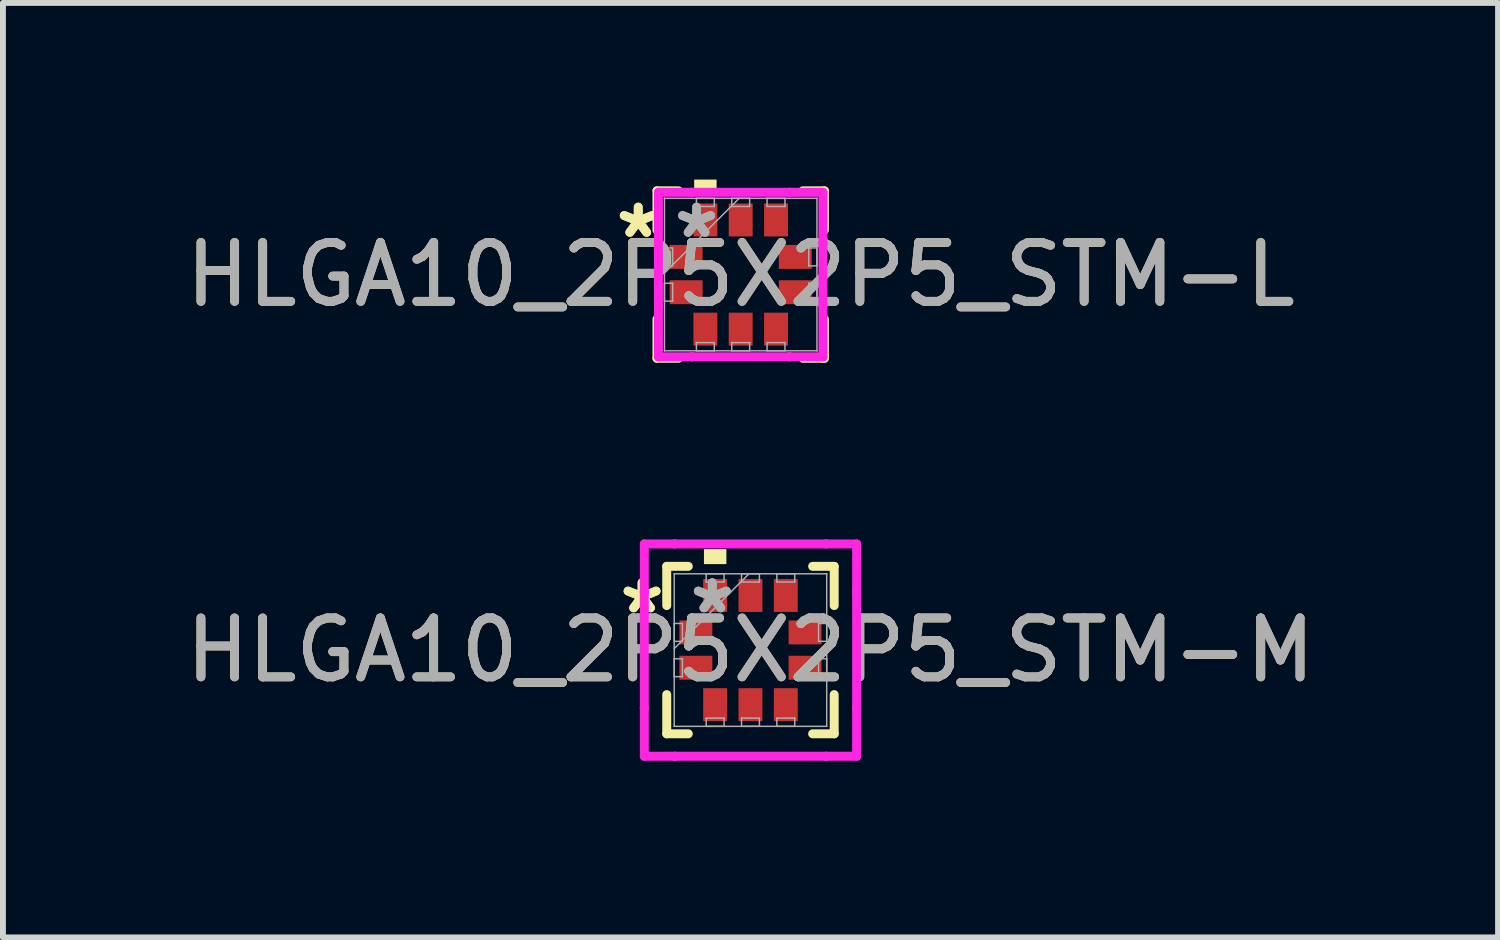
<source format=kicad_pcb>
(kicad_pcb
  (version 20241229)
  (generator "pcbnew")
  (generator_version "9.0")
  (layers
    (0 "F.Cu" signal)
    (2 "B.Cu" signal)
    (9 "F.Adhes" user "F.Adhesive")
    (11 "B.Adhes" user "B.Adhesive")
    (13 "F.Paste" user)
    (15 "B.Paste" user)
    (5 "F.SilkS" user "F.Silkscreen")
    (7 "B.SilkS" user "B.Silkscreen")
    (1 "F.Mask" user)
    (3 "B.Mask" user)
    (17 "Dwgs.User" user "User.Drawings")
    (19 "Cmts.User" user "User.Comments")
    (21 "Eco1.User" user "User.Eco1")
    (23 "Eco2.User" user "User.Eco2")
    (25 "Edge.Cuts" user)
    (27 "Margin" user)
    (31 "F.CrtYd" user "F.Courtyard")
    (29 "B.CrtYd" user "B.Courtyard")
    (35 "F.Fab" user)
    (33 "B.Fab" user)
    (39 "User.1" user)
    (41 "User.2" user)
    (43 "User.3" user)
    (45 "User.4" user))
  (footprint "HLGA10_2P5X2P5_STM-L"
    (layer "F.Cu")
    (at 9.53 1.613)
    (property "Reference" "HLGA10_2P5X2P5_STM-L" (at 0 0 0) (unlocked yes) (layer "F.SilkS") (effects (font (size 1 1) (thickness 0.15))))
    (attr smd)
    (fp_line (start -1.422 -1.422) (end -1.422 -0.756) (stroke (width 0.152) (type solid)) (layer "F.SilkS"))
    (fp_line (start -1.422 0.756) (end -1.422 1.422) (stroke (width 0.152) (type solid)) (layer "F.SilkS"))
    (fp_line (start -1.422 1.422) (end -1.056 1.422) (stroke (width 0.152) (type solid)) (layer "F.SilkS"))
    (fp_line (start -1.056 -1.422) (end -1.422 -1.422) (stroke (width 0.152) (type solid)) (layer "F.SilkS"))
    (fp_line (start 1.056 1.422) (end 1.422 1.422) (stroke (width 0.152) (type solid)) (layer "F.SilkS"))
    (fp_line (start 1.422 -1.422) (end 1.056 -1.422) (stroke (width 0.152) (type solid)) (layer "F.SilkS"))
    (fp_line (start 1.422 -0.756) (end 1.422 -1.422) (stroke (width 0.152) (type solid)) (layer "F.SilkS"))
    (fp_line (start 1.422 1.422) (end 1.422 0.756) (stroke (width 0.152) (type solid)) (layer "F.SilkS"))
    (fp_poly (pts (xy -0.79 -1.359) (xy -0.79 -1.613) (xy -0.409 -1.613) (xy -0.409 -1.359)) (stroke (width 0) (type solid)) (fill yes) (layer "F.SilkS"))
    (fp_line (start -1.397 -1.397) (end -0.829 -1.397) (stroke (width 0.152) (type solid)) (layer "F.CrtYd"))
    (fp_line (start -1.397 -0.529) (end -1.397 -1.397) (stroke (width 0.152) (type solid)) (layer "F.CrtYd"))
    (fp_line (start -1.397 -0.529) (end -1.397 -0.529) (stroke (width 0.152) (type solid)) (layer "F.CrtYd"))
    (fp_line (start -1.397 0.529) (end -1.397 -0.529) (stroke (width 0.152) (type solid)) (layer "F.CrtYd"))
    (fp_line (start -1.397 0.529) (end -1.397 0.529) (stroke (width 0.152) (type solid)) (layer "F.CrtYd"))
    (fp_line (start -1.397 1.397) (end -1.397 0.529) (stroke (width 0.152) (type solid)) (layer "F.CrtYd"))
    (fp_line (start -0.829 -1.397) (end -0.829 -1.397) (stroke (width 0.152) (type solid)) (layer "F.CrtYd"))
    (fp_line (start -0.829 -1.397) (end 0.829 -1.397) (stroke (width 0.152) (type solid)) (layer "F.CrtYd"))
    (fp_line (start -0.829 1.397) (end -1.397 1.397) (stroke (width 0.152) (type solid)) (layer "F.CrtYd"))
    (fp_line (start -0.829 1.397) (end -0.829 1.397) (stroke (width 0.152) (type solid)) (layer "F.CrtYd"))
    (fp_line (start 0.829 -1.397) (end 0.829 -1.397) (stroke (width 0.152) (type solid)) (layer "F.CrtYd"))
    (fp_line (start 0.829 -1.397) (end 1.397 -1.397) (stroke (width 0.152) (type solid)) (layer "F.CrtYd"))
    (fp_line (start 0.829 1.397) (end -0.829 1.397) (stroke (width 0.152) (type solid)) (layer "F.CrtYd"))
    (fp_line (start 0.829 1.397) (end 0.829 1.397) (stroke (width 0.152) (type solid)) (layer "F.CrtYd"))
    (fp_line (start 1.397 -1.397) (end 1.397 -0.529) (stroke (width 0.152) (type solid)) (layer "F.CrtYd"))
    (fp_line (start 1.397 -0.529) (end 1.397 -0.529) (stroke (width 0.152) (type solid)) (layer "F.CrtYd"))
    (fp_line (start 1.397 -0.529) (end 1.397 0.529) (stroke (width 0.152) (type solid)) (layer "F.CrtYd"))
    (fp_line (start 1.397 0.529) (end 1.397 0.529) (stroke (width 0.152) (type solid)) (layer "F.CrtYd"))
    (fp_line (start 1.397 0.529) (end 1.397 1.397) (stroke (width 0.152) (type solid)) (layer "F.CrtYd"))
    (fp_line (start 1.397 1.397) (end 0.829 1.397) (stroke (width 0.152) (type solid)) (layer "F.CrtYd"))
    (fp_line (start -1.295 -1.295) (end -1.295 -1.295) (stroke (width 0.025) (type solid)) (layer "F.Fab"))
    (fp_line (start -1.295 -1.295) (end -1.295 1.295) (stroke (width 0.025) (type solid)) (layer "F.Fab"))
    (fp_line (start -1.295 -0.452) (end -1.156 -0.452) (stroke (width 0.025) (type solid)) (layer "F.Fab"))
    (fp_line (start -1.295 -0.148) (end -1.295 -0.452) (stroke (width 0.025) (type solid)) (layer "F.Fab"))
    (fp_line (start -1.295 -0.025) (end -0.025 -1.295) (stroke (width 0.025) (type solid)) (layer "F.Fab"))
    (fp_line (start -1.295 0.148) (end -1.156 0.148) (stroke (width 0.025) (type solid)) (layer "F.Fab"))
    (fp_line (start -1.295 0.452) (end -1.295 0.148) (stroke (width 0.025) (type solid)) (layer "F.Fab"))
    (fp_line (start -1.295 1.295) (end -1.295 1.295) (stroke (width 0.025) (type solid)) (layer "F.Fab"))
    (fp_line (start -1.295 1.295) (end 1.295 1.295) (stroke (width 0.025) (type solid)) (layer "F.Fab"))
    (fp_line (start -1.156 -0.452) (end -1.156 -0.148) (stroke (width 0.025) (type solid)) (layer "F.Fab"))
    (fp_line (start -1.156 -0.148) (end -1.295 -0.148) (stroke (width 0.025) (type solid)) (layer "F.Fab"))
    (fp_line (start -1.156 0.148) (end -1.156 0.452) (stroke (width 0.025) (type solid)) (layer "F.Fab"))
    (fp_line (start -1.156 0.452) (end -1.295 0.452) (stroke (width 0.025) (type solid)) (layer "F.Fab"))
    (fp_line (start -0.752 -1.295) (end -0.448 -1.295) (stroke (width 0.025) (type solid)) (layer "F.Fab"))
    (fp_line (start -0.752 -1.156) (end -0.752 -1.295) (stroke (width 0.025) (type solid)) (layer "F.Fab"))
    (fp_line (start -0.752 1.156) (end -0.448 1.156) (stroke (width 0.025) (type solid)) (layer "F.Fab"))
    (fp_line (start -0.752 1.295) (end -0.752 1.156) (stroke (width 0.025) (type solid)) (layer "F.Fab"))
    (fp_line (start -0.448 -1.295) (end -0.448 -1.156) (stroke (width 0.025) (type solid)) (layer "F.Fab"))
    (fp_line (start -0.448 -1.156) (end -0.752 -1.156) (stroke (width 0.025) (type solid)) (layer "F.Fab"))
    (fp_line (start -0.448 1.156) (end -0.448 1.295) (stroke (width 0.025) (type solid)) (layer "F.Fab"))
    (fp_line (start -0.448 1.295) (end -0.752 1.295) (stroke (width 0.025) (type solid)) (layer "F.Fab"))
    (fp_line (start -0.152 -1.295) (end 0.152 -1.295) (stroke (width 0.025) (type solid)) (layer "F.Fab"))
    (fp_line (start -0.152 -1.156) (end -0.152 -1.295) (stroke (width 0.025) (type solid)) (layer "F.Fab"))
    (fp_line (start -0.152 1.156) (end 0.152 1.156) (stroke (width 0.025) (type solid)) (layer "F.Fab"))
    (fp_line (start -0.152 1.295) (end -0.152 1.156) (stroke (width 0.025) (type solid)) (layer "F.Fab"))
    (fp_line (start 0.152 -1.295) (end 0.152 -1.156) (stroke (width 0.025) (type solid)) (layer "F.Fab"))
    (fp_line (start 0.152 -1.156) (end -0.152 -1.156) (stroke (width 0.025) (type solid)) (layer "F.Fab"))
    (fp_line (start 0.152 1.156) (end 0.152 1.295) (stroke (width 0.025) (type solid)) (layer "F.Fab"))
    (fp_line (start 0.152 1.295) (end -0.152 1.295) (stroke (width 0.025) (type solid)) (layer "F.Fab"))
    (fp_line (start 0.448 -1.295) (end 0.752 -1.295) (stroke (width 0.025) (type solid)) (layer "F.Fab"))
    (fp_line (start 0.448 -1.156) (end 0.448 -1.295) (stroke (width 0.025) (type solid)) (layer "F.Fab"))
    (fp_line (start 0.448 1.156) (end 0.752 1.156) (stroke (width 0.025) (type solid)) (layer "F.Fab"))
    (fp_line (start 0.448 1.295) (end 0.448 1.156) (stroke (width 0.025) (type solid)) (layer "F.Fab"))
    (fp_line (start 0.752 -1.295) (end 0.752 -1.156) (stroke (width 0.025) (type solid)) (layer "F.Fab"))
    (fp_line (start 0.752 -1.156) (end 0.448 -1.156) (stroke (width 0.025) (type solid)) (layer "F.Fab"))
    (fp_line (start 0.752 1.156) (end 0.752 1.295) (stroke (width 0.025) (type solid)) (layer "F.Fab"))
    (fp_line (start 0.752 1.295) (end 0.448 1.295) (stroke (width 0.025) (type solid)) (layer "F.Fab"))
    (fp_line (start 1.156 -0.452) (end 1.295 -0.452) (stroke (width 0.025) (type solid)) (layer "F.Fab"))
    (fp_line (start 1.156 -0.148) (end 1.156 -0.452) (stroke (width 0.025) (type solid)) (layer "F.Fab"))
    (fp_line (start 1.156 0.148) (end 1.295 0.148) (stroke (width 0.025) (type solid)) (layer "F.Fab"))
    (fp_line (start 1.156 0.452) (end 1.156 0.148) (stroke (width 0.025) (type solid)) (layer "F.Fab"))
    (fp_line (start 1.295 -1.295) (end -1.295 -1.295) (stroke (width 0.025) (type solid)) (layer "F.Fab"))
    (fp_line (start 1.295 -1.295) (end 1.295 -1.295) (stroke (width 0.025) (type solid)) (layer "F.Fab"))
    (fp_line (start 1.295 -0.452) (end 1.295 -0.148) (stroke (width 0.025) (type solid)) (layer "F.Fab"))
    (fp_line (start 1.295 -0.148) (end 1.156 -0.148) (stroke (width 0.025) (type solid)) (layer "F.Fab"))
    (fp_line (start 1.295 0.148) (end 1.295 0.452) (stroke (width 0.025) (type solid)) (layer "F.Fab"))
    (fp_line (start 1.295 0.452) (end 1.156 0.452) (stroke (width 0.025) (type solid)) (layer "F.Fab"))
    (fp_line (start 1.295 1.295) (end 1.295 -1.295) (stroke (width 0.025) (type solid)) (layer "F.Fab"))
    (fp_line (start 1.295 1.295) (end 1.295 1.295) (stroke (width 0.025) (type solid)) (layer "F.Fab"))
    (fp_text user "*" (at -1.74 -0.6 0) (unlocked yes) (layer "F.SilkS") (effects (font (size 1 1) (thickness 0.15))))
    (fp_text user "*" (at -1.74 -0.6 0) (layer "F.SilkS") (effects (font (size 1 1) (thickness 0.15))))
    (fp_text user "*" (at -0.749 -0.6 0) (unlocked yes) (layer "F.Fab") (effects (font (size 1 1) (thickness 0.15))))
    (fp_text user "*" (at -0.749 -0.6 0) (layer "F.Fab") (effects (font (size 1 1) (thickness 0.15))))
    (fp_text user "${REFERENCE}" (at 0 0 0) (unlocked yes) (layer "F.Fab") (effects (font (size 1 1) (thickness 0.15))))
    (pad "1" smd rect (at -0.927 -0.3 90) (size 0.406 0.559) (layers "F.Cu" "F.Mask" "F.Paste"))
    (pad "2" smd rect (at -0.927 0.3 90) (size 0.406 0.559) (layers "F.Cu" "F.Mask" "F.Paste"))
    (pad "3" smd rect (at -0.6 0.927) (size 0.406 0.559) (layers "F.Cu" "F.Mask" "F.Paste"))
    (pad "4" smd rect (at 0 0.927) (size 0.406 0.559) (layers "F.Cu" "F.Mask" "F.Paste"))
    (pad "5" smd rect (at 0.6 0.927) (size 0.406 0.559) (layers "F.Cu" "F.Mask" "F.Paste"))
    (pad "6" smd rect (at 0.927 0.3 90) (size 0.406 0.559) (layers "F.Cu" "F.Mask" "F.Paste"))
    (pad "7" smd rect (at 0.927 -0.3 90) (size 0.406 0.559) (layers "F.Cu" "F.Mask" "F.Paste"))
    (pad "8" smd rect (at 0.6 -0.927) (size 0.406 0.559) (layers "F.Cu" "F.Mask" "F.Paste"))
    (pad "9" smd rect (at 0 -0.927) (size 0.406 0.559) (layers "F.Cu" "F.Mask" "F.Paste"))
    (pad "10" smd rect (at -0.6 -0.927) (size 0.406 0.559) (layers "F.Cu" "F.Mask" "F.Paste")))
  (footprint "HLGA10_2P5X2P5_STM-M"
    (layer "F.Cu")
    (at 9.696 7.991)
    (property "Reference" "HLGA10_2P5X2P5_STM-M" (at 0 0 0) (unlocked yes) (layer "F.SilkS") (effects (font (size 1 1) (thickness 0.15))))
    (attr smd)
    (fp_line (start -1.422 -1.422) (end -1.422 -0.756) (stroke (width 0.152) (type solid)) (layer "F.SilkS"))
    (fp_line (start -1.422 0.756) (end -1.422 1.422) (stroke (width 0.152) (type solid)) (layer "F.SilkS"))
    (fp_line (start -1.422 1.422) (end -1.056 1.422) (stroke (width 0.152) (type solid)) (layer "F.SilkS"))
    (fp_line (start -1.056 -1.422) (end -1.422 -1.422) (stroke (width 0.152) (type solid)) (layer "F.SilkS"))
    (fp_line (start 1.056 1.422) (end 1.422 1.422) (stroke (width 0.152) (type solid)) (layer "F.SilkS"))
    (fp_line (start 1.422 -1.422) (end 1.056 -1.422) (stroke (width 0.152) (type solid)) (layer "F.SilkS"))
    (fp_line (start 1.422 -0.756) (end 1.422 -1.422) (stroke (width 0.152) (type solid)) (layer "F.SilkS"))
    (fp_line (start 1.422 1.422) (end 1.422 0.756) (stroke (width 0.152) (type solid)) (layer "F.SilkS"))
    (fp_poly (pts (xy -0.79 -1.46) (xy -0.79 -1.714) (xy -0.409 -1.714) (xy -0.409 -1.46)) (stroke (width 0) (type solid)) (fill yes) (layer "F.SilkS"))
    (fp_line (start -1.803 -1.803) (end -1.286 -1.803) (stroke (width 0.152) (type solid)) (layer "F.CrtYd"))
    (fp_line (start -1.803 -0.986) (end -1.803 -1.803) (stroke (width 0.152) (type solid)) (layer "F.CrtYd"))
    (fp_line (start -1.803 -0.986) (end -1.803 -0.986) (stroke (width 0.152) (type solid)) (layer "F.CrtYd"))
    (fp_line (start -1.803 0.986) (end -1.803 -0.986) (stroke (width 0.152) (type solid)) (layer "F.CrtYd"))
    (fp_line (start -1.803 0.986) (end -1.803 0.986) (stroke (width 0.152) (type solid)) (layer "F.CrtYd"))
    (fp_line (start -1.803 1.803) (end -1.803 0.986) (stroke (width 0.152) (type solid)) (layer "F.CrtYd"))
    (fp_line (start -1.286 -1.803) (end -1.286 -1.803) (stroke (width 0.152) (type solid)) (layer "F.CrtYd"))
    (fp_line (start -1.286 -1.803) (end 1.286 -1.803) (stroke (width 0.152) (type solid)) (layer "F.CrtYd"))
    (fp_line (start -1.286 1.803) (end -1.803 1.803) (stroke (width 0.152) (type solid)) (layer "F.CrtYd"))
    (fp_line (start -1.286 1.803) (end -1.286 1.803) (stroke (width 0.152) (type solid)) (layer "F.CrtYd"))
    (fp_line (start 1.286 -1.803) (end 1.286 -1.803) (stroke (width 0.152) (type solid)) (layer "F.CrtYd"))
    (fp_line (start 1.286 -1.803) (end 1.803 -1.803) (stroke (width 0.152) (type solid)) (layer "F.CrtYd"))
    (fp_line (start 1.286 1.803) (end -1.286 1.803) (stroke (width 0.152) (type solid)) (layer "F.CrtYd"))
    (fp_line (start 1.286 1.803) (end 1.286 1.803) (stroke (width 0.152) (type solid)) (layer "F.CrtYd"))
    (fp_line (start 1.803 -1.803) (end 1.803 -0.986) (stroke (width 0.152) (type solid)) (layer "F.CrtYd"))
    (fp_line (start 1.803 -0.986) (end 1.803 -0.986) (stroke (width 0.152) (type solid)) (layer "F.CrtYd"))
    (fp_line (start 1.803 -0.986) (end 1.803 0.986) (stroke (width 0.152) (type solid)) (layer "F.CrtYd"))
    (fp_line (start 1.803 0.986) (end 1.803 0.986) (stroke (width 0.152) (type solid)) (layer "F.CrtYd"))
    (fp_line (start 1.803 0.986) (end 1.803 1.803) (stroke (width 0.152) (type solid)) (layer "F.CrtYd"))
    (fp_line (start 1.803 1.803) (end 1.286 1.803) (stroke (width 0.152) (type solid)) (layer "F.CrtYd"))
    (fp_line (start -1.295 -1.295) (end -1.295 -1.295) (stroke (width 0.025) (type solid)) (layer "F.Fab"))
    (fp_line (start -1.295 -1.295) (end -1.295 1.295) (stroke (width 0.025) (type solid)) (layer "F.Fab"))
    (fp_line (start -1.295 -0.452) (end -1.156 -0.452) (stroke (width 0.025) (type solid)) (layer "F.Fab"))
    (fp_line (start -1.295 -0.148) (end -1.295 -0.452) (stroke (width 0.025) (type solid)) (layer "F.Fab"))
    (fp_line (start -1.295 -0.025) (end -0.025 -1.295) (stroke (width 0.025) (type solid)) (layer "F.Fab"))
    (fp_line (start -1.295 0.148) (end -1.156 0.148) (stroke (width 0.025) (type solid)) (layer "F.Fab"))
    (fp_line (start -1.295 0.452) (end -1.295 0.148) (stroke (width 0.025) (type solid)) (layer "F.Fab"))
    (fp_line (start -1.295 1.295) (end -1.295 1.295) (stroke (width 0.025) (type solid)) (layer "F.Fab"))
    (fp_line (start -1.295 1.295) (end 1.295 1.295) (stroke (width 0.025) (type solid)) (layer "F.Fab"))
    (fp_line (start -1.156 -0.452) (end -1.156 -0.148) (stroke (width 0.025) (type solid)) (layer "F.Fab"))
    (fp_line (start -1.156 -0.148) (end -1.295 -0.148) (stroke (width 0.025) (type solid)) (layer "F.Fab"))
    (fp_line (start -1.156 0.148) (end -1.156 0.452) (stroke (width 0.025) (type solid)) (layer "F.Fab"))
    (fp_line (start -1.156 0.452) (end -1.295 0.452) (stroke (width 0.025) (type solid)) (layer "F.Fab"))
    (fp_line (start -0.752 -1.295) (end -0.448 -1.295) (stroke (width 0.025) (type solid)) (layer "F.Fab"))
    (fp_line (start -0.752 -1.156) (end -0.752 -1.295) (stroke (width 0.025) (type solid)) (layer "F.Fab"))
    (fp_line (start -0.752 1.156) (end -0.448 1.156) (stroke (width 0.025) (type solid)) (layer "F.Fab"))
    (fp_line (start -0.752 1.295) (end -0.752 1.156) (stroke (width 0.025) (type solid)) (layer "F.Fab"))
    (fp_line (start -0.448 -1.295) (end -0.448 -1.156) (stroke (width 0.025) (type solid)) (layer "F.Fab"))
    (fp_line (start -0.448 -1.156) (end -0.752 -1.156) (stroke (width 0.025) (type solid)) (layer "F.Fab"))
    (fp_line (start -0.448 1.156) (end -0.448 1.295) (stroke (width 0.025) (type solid)) (layer "F.Fab"))
    (fp_line (start -0.448 1.295) (end -0.752 1.295) (stroke (width 0.025) (type solid)) (layer "F.Fab"))
    (fp_line (start -0.152 -1.295) (end 0.152 -1.295) (stroke (width 0.025) (type solid)) (layer "F.Fab"))
    (fp_line (start -0.152 -1.156) (end -0.152 -1.295) (stroke (width 0.025) (type solid)) (layer "F.Fab"))
    (fp_line (start -0.152 1.156) (end 0.152 1.156) (stroke (width 0.025) (type solid)) (layer "F.Fab"))
    (fp_line (start -0.152 1.295) (end -0.152 1.156) (stroke (width 0.025) (type solid)) (layer "F.Fab"))
    (fp_line (start 0.152 -1.295) (end 0.152 -1.156) (stroke (width 0.025) (type solid)) (layer "F.Fab"))
    (fp_line (start 0.152 -1.156) (end -0.152 -1.156) (stroke (width 0.025) (type solid)) (layer "F.Fab"))
    (fp_line (start 0.152 1.156) (end 0.152 1.295) (stroke (width 0.025) (type solid)) (layer "F.Fab"))
    (fp_line (start 0.152 1.295) (end -0.152 1.295) (stroke (width 0.025) (type solid)) (layer "F.Fab"))
    (fp_line (start 0.448 -1.295) (end 0.752 -1.295) (stroke (width 0.025) (type solid)) (layer "F.Fab"))
    (fp_line (start 0.448 -1.156) (end 0.448 -1.295) (stroke (width 0.025) (type solid)) (layer "F.Fab"))
    (fp_line (start 0.448 1.156) (end 0.752 1.156) (stroke (width 0.025) (type solid)) (layer "F.Fab"))
    (fp_line (start 0.448 1.295) (end 0.448 1.156) (stroke (width 0.025) (type solid)) (layer "F.Fab"))
    (fp_line (start 0.752 -1.295) (end 0.752 -1.156) (stroke (width 0.025) (type solid)) (layer "F.Fab"))
    (fp_line (start 0.752 -1.156) (end 0.448 -1.156) (stroke (width 0.025) (type solid)) (layer "F.Fab"))
    (fp_line (start 0.752 1.156) (end 0.752 1.295) (stroke (width 0.025) (type solid)) (layer "F.Fab"))
    (fp_line (start 0.752 1.295) (end 0.448 1.295) (stroke (width 0.025) (type solid)) (layer "F.Fab"))
    (fp_line (start 1.156 -0.452) (end 1.295 -0.452) (stroke (width 0.025) (type solid)) (layer "F.Fab"))
    (fp_line (start 1.156 -0.148) (end 1.156 -0.452) (stroke (width 0.025) (type solid)) (layer "F.Fab"))
    (fp_line (start 1.156 0.148) (end 1.295 0.148) (stroke (width 0.025) (type solid)) (layer "F.Fab"))
    (fp_line (start 1.156 0.452) (end 1.156 0.148) (stroke (width 0.025) (type solid)) (layer "F.Fab"))
    (fp_line (start 1.295 -1.295) (end -1.295 -1.295) (stroke (width 0.025) (type solid)) (layer "F.Fab"))
    (fp_line (start 1.295 -1.295) (end 1.295 -1.295) (stroke (width 0.025) (type solid)) (layer "F.Fab"))
    (fp_line (start 1.295 -0.452) (end 1.295 -0.148) (stroke (width 0.025) (type solid)) (layer "F.Fab"))
    (fp_line (start 1.295 -0.148) (end 1.156 -0.148) (stroke (width 0.025) (type solid)) (layer "F.Fab"))
    (fp_line (start 1.295 0.148) (end 1.295 0.452) (stroke (width 0.025) (type solid)) (layer "F.Fab"))
    (fp_line (start 1.295 0.452) (end 1.156 0.452) (stroke (width 0.025) (type solid)) (layer "F.Fab"))
    (fp_line (start 1.295 1.295) (end 1.295 -1.295) (stroke (width 0.025) (type solid)) (layer "F.Fab"))
    (fp_line (start 1.295 1.295) (end 1.295 1.295) (stroke (width 0.025) (type solid)) (layer "F.Fab"))
    (fp_text user "*" (at -1.841 -0.6 0) (layer "F.SilkS") (effects (font (size 1 1) (thickness 0.15))))
    (fp_text user "*" (at -1.841 -0.6 0) (unlocked yes) (layer "F.SilkS") (effects (font (size 1 1) (thickness 0.15))))
    (fp_text user "${REFERENCE}" (at 0 0 0) (unlocked yes) (layer "F.Fab") (effects (font (size 1 1) (thickness 0.15))))
    (fp_text user "*" (at -0.648 -0.6 0) (unlocked yes) (layer "F.Fab") (effects (font (size 1 1) (thickness 0.15))))
    (fp_text user "*" (at -0.648 -0.6 0) (layer "F.Fab") (effects (font (size 1 1) (thickness 0.15))))
    (pad "1" smd rect (at -0.927 -0.3 90) (size 0.406 0.559) (layers "F.Cu" "F.Mask" "F.Paste"))
    (pad "2" smd rect (at -0.927 0.3 90) (size 0.406 0.559) (layers "F.Cu" "F.Mask" "F.Paste"))
    (pad "3" smd rect (at -0.6 0.927) (size 0.406 0.559) (layers "F.Cu" "F.Mask" "F.Paste"))
    (pad "4" smd rect (at 0 0.927) (size 0.406 0.559) (layers "F.Cu" "F.Mask" "F.Paste"))
    (pad "5" smd rect (at 0.6 0.927) (size 0.406 0.559) (layers "F.Cu" "F.Mask" "F.Paste"))
    (pad "6" smd rect (at 0.927 0.3 90) (size 0.406 0.559) (layers "F.Cu" "F.Mask" "F.Paste"))
    (pad "7" smd rect (at 0.927 -0.3 90) (size 0.406 0.559) (layers "F.Cu" "F.Mask" "F.Paste"))
    (pad "8" smd rect (at 0.6 -0.927) (size 0.406 0.559) (layers "F.Cu" "F.Mask" "F.Paste"))
    (pad "9" smd rect (at 0 -0.927) (size 0.406 0.559) (layers "F.Cu" "F.Mask" "F.Paste"))
    (pad "10" smd rect (at -0.6 -0.927) (size 0.406 0.559) (layers "F.Cu" "F.Mask" "F.Paste")))
  (gr_rect
    (start -3 -3)
    (end 22.393 12.871)
    (stroke (width 0.1) (type default))
    (fill no)
    (layer "Edge.Cuts")))
</source>
